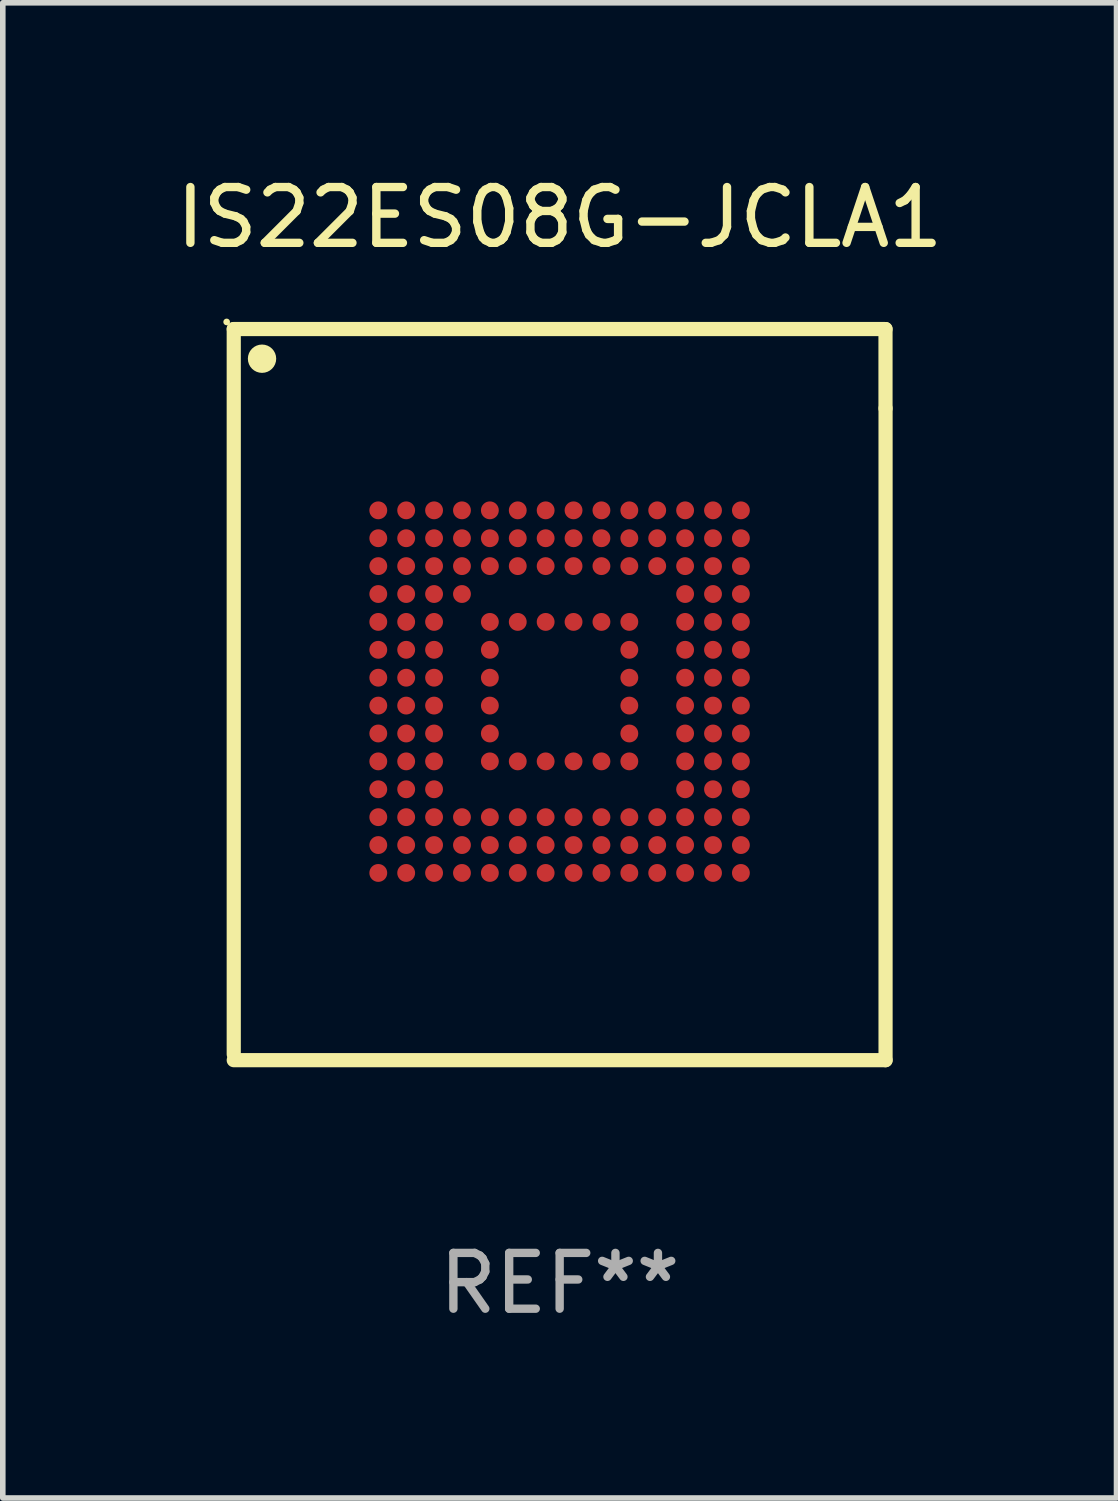
<source format=kicad_pcb>
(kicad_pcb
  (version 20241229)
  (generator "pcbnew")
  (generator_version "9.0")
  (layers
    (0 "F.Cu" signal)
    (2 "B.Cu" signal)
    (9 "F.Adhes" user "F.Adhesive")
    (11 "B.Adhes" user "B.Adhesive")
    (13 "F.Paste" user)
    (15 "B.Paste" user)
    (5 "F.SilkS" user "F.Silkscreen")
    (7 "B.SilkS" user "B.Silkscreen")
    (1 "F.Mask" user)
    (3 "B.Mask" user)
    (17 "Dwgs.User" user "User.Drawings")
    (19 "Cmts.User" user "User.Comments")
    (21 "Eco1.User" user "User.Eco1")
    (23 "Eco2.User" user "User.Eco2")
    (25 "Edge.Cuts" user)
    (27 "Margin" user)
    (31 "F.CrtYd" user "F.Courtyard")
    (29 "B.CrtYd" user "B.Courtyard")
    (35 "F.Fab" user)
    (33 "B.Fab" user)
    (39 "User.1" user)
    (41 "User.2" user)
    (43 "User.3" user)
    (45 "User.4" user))
  (footprint "IS22ES08G-JCLA1"
    (layer "F.Cu")
    (at 6.982 9.401)
    (property "Reference" "IS22ES08G-JCLA1" (at 0 -8.553 0) (layer "F.SilkS") (effects (font (size 1 1) (thickness 0.15))))
    (attr through_hole)
    (fp_line (start -5.842 -6.553) (end 5.841 -6.553) (stroke (width 0.254) (type solid)) (layer "F.SilkS"))
    (fp_line (start -5.842 6.447) (end -5.842 -6.553) (stroke (width 0.254) (type solid)) (layer "F.SilkS"))
    (fp_line (start -5.842 6.553) (end 5.842 6.553) (stroke (width 0.254) (type solid)) (layer "F.SilkS"))
    (fp_line (start 5.841 -6.553) (end 5.841 -5.131) (stroke (width 0.254) (type solid)) (layer "F.SilkS"))
    (fp_line (start 5.842 6.553) (end 5.842 -5.131) (stroke (width 0.254) (type solid)) (layer "F.SilkS"))
    (fp_circle (center -5.969 -6.68) (end -5.939 -6.68) (stroke (width 0.06) (type solid)) (fill no) (layer "F.SilkS"))
    (fp_circle (center -5.335 -6.021) (end -5.208 -6.021) (stroke (width 0.254) (type solid)) (fill no) (layer "F.SilkS"))
    (fp_text user "REF**" (at 0 10.553 0) (layer "F.Fab") (effects (font (size 1 1) (thickness 0.15))))
    (pad "A1" smd circle (at -3.251 -3.303) (size 0.32 0.32) (layers "F.Cu" "F.Mask" "F.Paste"))
    (pad "A2" smd circle (at -2.751 -3.303) (size 0.32 0.32) (layers "F.Cu" "F.Mask" "F.Paste"))
    (pad "A3" smd circle (at -2.251 -3.303) (size 0.32 0.32) (layers "F.Cu" "F.Mask" "F.Paste"))
    (pad "A4" smd circle (at -1.751 -3.303) (size 0.32 0.32) (layers "F.Cu" "F.Mask" "F.Paste"))
    (pad "A5" smd circle (at -1.251 -3.303) (size 0.32 0.32) (layers "F.Cu" "F.Mask" "F.Paste"))
    (pad "A6" smd circle (at -0.751 -3.303) (size 0.32 0.32) (layers "F.Cu" "F.Mask" "F.Paste"))
    (pad "A7" smd circle (at -0.251 -3.303) (size 0.32 0.32) (layers "F.Cu" "F.Mask" "F.Paste"))
    (pad "A8" smd circle (at 0.249 -3.303) (size 0.32 0.32) (layers "F.Cu" "F.Mask" "F.Paste"))
    (pad "A9" smd circle (at 0.749 -3.303) (size 0.32 0.32) (layers "F.Cu" "F.Mask" "F.Paste"))
    (pad "A10" smd circle (at 1.249 -3.303) (size 0.32 0.32) (layers "F.Cu" "F.Mask" "F.Paste"))
    (pad "A11" smd circle (at 1.749 -3.303) (size 0.32 0.32) (layers "F.Cu" "F.Mask" "F.Paste"))
    (pad "A12" smd circle (at 2.249 -3.303) (size 0.32 0.32) (layers "F.Cu" "F.Mask" "F.Paste"))
    (pad "A13" smd circle (at 2.749 -3.303) (size 0.32 0.32) (layers "F.Cu" "F.Mask" "F.Paste"))
    (pad "A14" smd circle (at 3.249 -3.303) (size 0.32 0.32) (layers "F.Cu" "F.Mask" "F.Paste"))
    (pad "B1" smd circle (at -3.251 -2.803) (size 0.32 0.32) (layers "F.Cu" "F.Mask" "F.Paste"))
    (pad "B2" smd circle (at -2.751 -2.803) (size 0.32 0.32) (layers "F.Cu" "F.Mask" "F.Paste"))
    (pad "B3" smd circle (at -2.251 -2.803) (size 0.32 0.32) (layers "F.Cu" "F.Mask" "F.Paste"))
    (pad "B4" smd circle (at -1.751 -2.803) (size 0.32 0.32) (layers "F.Cu" "F.Mask" "F.Paste"))
    (pad "B5" smd circle (at -1.251 -2.803) (size 0.32 0.32) (layers "F.Cu" "F.Mask" "F.Paste"))
    (pad "B6" smd circle (at -0.751 -2.803) (size 0.32 0.32) (layers "F.Cu" "F.Mask" "F.Paste"))
    (pad "B7" smd circle (at -0.251 -2.803) (size 0.32 0.32) (layers "F.Cu" "F.Mask" "F.Paste"))
    (pad "B8" smd circle (at 0.249 -2.803) (size 0.32 0.32) (layers "F.Cu" "F.Mask" "F.Paste"))
    (pad "B9" smd circle (at 0.749 -2.803) (size 0.32 0.32) (layers "F.Cu" "F.Mask" "F.Paste"))
    (pad "B10" smd circle (at 1.249 -2.803) (size 0.32 0.32) (layers "F.Cu" "F.Mask" "F.Paste"))
    (pad "B11" smd circle (at 1.749 -2.803) (size 0.32 0.32) (layers "F.Cu" "F.Mask" "F.Paste"))
    (pad "B12" smd circle (at 2.249 -2.803) (size 0.32 0.32) (layers "F.Cu" "F.Mask" "F.Paste"))
    (pad "B13" smd circle (at 2.749 -2.803) (size 0.32 0.32) (layers "F.Cu" "F.Mask" "F.Paste"))
    (pad "B14" smd circle (at 3.249 -2.803) (size 0.32 0.32) (layers "F.Cu" "F.Mask" "F.Paste"))
    (pad "C1" smd circle (at -3.251 -2.303) (size 0.32 0.32) (layers "F.Cu" "F.Mask" "F.Paste"))
    (pad "C2" smd circle (at -2.751 -2.303) (size 0.32 0.32) (layers "F.Cu" "F.Mask" "F.Paste"))
    (pad "C3" smd circle (at -2.251 -2.303) (size 0.32 0.32) (layers "F.Cu" "F.Mask" "F.Paste"))
    (pad "C4" smd circle (at -1.751 -2.303) (size 0.32 0.32) (layers "F.Cu" "F.Mask" "F.Paste"))
    (pad "C5" smd circle (at -1.251 -2.303) (size 0.32 0.32) (layers "F.Cu" "F.Mask" "F.Paste"))
    (pad "C6" smd circle (at -0.751 -2.303) (size 0.32 0.32) (layers "F.Cu" "F.Mask" "F.Paste"))
    (pad "C7" smd circle (at -0.251 -2.303) (size 0.32 0.32) (layers "F.Cu" "F.Mask" "F.Paste"))
    (pad "C8" smd circle (at 0.249 -2.303) (size 0.32 0.32) (layers "F.Cu" "F.Mask" "F.Paste"))
    (pad "C9" smd circle (at 0.749 -2.303) (size 0.32 0.32) (layers "F.Cu" "F.Mask" "F.Paste"))
    (pad "C10" smd circle (at 1.249 -2.303) (size 0.32 0.32) (layers "F.Cu" "F.Mask" "F.Paste"))
    (pad "C11" smd circle (at 1.749 -2.303) (size 0.32 0.32) (layers "F.Cu" "F.Mask" "F.Paste"))
    (pad "C12" smd circle (at 2.249 -2.303) (size 0.32 0.32) (layers "F.Cu" "F.Mask" "F.Paste"))
    (pad "C13" smd circle (at 2.749 -2.303) (size 0.32 0.32) (layers "F.Cu" "F.Mask" "F.Paste"))
    (pad "C14" smd circle (at 3.249 -2.303) (size 0.32 0.32) (layers "F.Cu" "F.Mask" "F.Paste"))
    (pad "D1" smd circle (at -3.251 -1.803) (size 0.32 0.32) (layers "F.Cu" "F.Mask" "F.Paste"))
    (pad "D2" smd circle (at -2.751 -1.803) (size 0.32 0.32) (layers "F.Cu" "F.Mask" "F.Paste"))
    (pad "D3" smd circle (at -2.251 -1.803) (size 0.32 0.32) (layers "F.Cu" "F.Mask" "F.Paste"))
    (pad "D4" smd circle (at -1.751 -1.803) (size 0.32 0.32) (layers "F.Cu" "F.Mask" "F.Paste"))
    (pad "D12" smd circle (at 2.249 -1.803) (size 0.32 0.32) (layers "F.Cu" "F.Mask" "F.Paste"))
    (pad "D13" smd circle (at 2.749 -1.803) (size 0.32 0.32) (layers "F.Cu" "F.Mask" "F.Paste"))
    (pad "D14" smd circle (at 3.249 -1.803) (size 0.32 0.32) (layers "F.Cu" "F.Mask" "F.Paste"))
    (pad "E1" smd circle (at -3.251 -1.303) (size 0.32 0.32) (layers "F.Cu" "F.Mask" "F.Paste"))
    (pad "E2" smd circle (at -2.751 -1.303) (size 0.32 0.32) (layers "F.Cu" "F.Mask" "F.Paste"))
    (pad "E3" smd circle (at -2.251 -1.303) (size 0.32 0.32) (layers "F.Cu" "F.Mask" "F.Paste"))
    (pad "E5" smd circle (at -1.251 -1.303) (size 0.32 0.32) (layers "F.Cu" "F.Mask" "F.Paste"))
    (pad "E6" smd circle (at -0.751 -1.303) (size 0.32 0.32) (layers "F.Cu" "F.Mask" "F.Paste"))
    (pad "E7" smd circle (at -0.251 -1.303) (size 0.32 0.32) (layers "F.Cu" "F.Mask" "F.Paste"))
    (pad "E8" smd circle (at 0.249 -1.303) (size 0.32 0.32) (layers "F.Cu" "F.Mask" "F.Paste"))
    (pad "E9" smd circle (at 0.749 -1.303) (size 0.32 0.32) (layers "F.Cu" "F.Mask" "F.Paste"))
    (pad "E10" smd circle (at 1.249 -1.303) (size 0.32 0.32) (layers "F.Cu" "F.Mask" "F.Paste"))
    (pad "E12" smd circle (at 2.249 -1.303) (size 0.32 0.32) (layers "F.Cu" "F.Mask" "F.Paste"))
    (pad "E13" smd circle (at 2.749 -1.303) (size 0.32 0.32) (layers "F.Cu" "F.Mask" "F.Paste"))
    (pad "E14" smd circle (at 3.249 -1.303) (size 0.32 0.32) (layers "F.Cu" "F.Mask" "F.Paste"))
    (pad "F1" smd circle (at -3.251 -0.803) (size 0.32 0.32) (layers "F.Cu" "F.Mask" "F.Paste"))
    (pad "F2" smd circle (at -2.751 -0.803) (size 0.32 0.32) (layers "F.Cu" "F.Mask" "F.Paste"))
    (pad "F3" smd circle (at -2.251 -0.803) (size 0.32 0.32) (layers "F.Cu" "F.Mask" "F.Paste"))
    (pad "F5" smd circle (at -1.251 -0.803) (size 0.32 0.32) (layers "F.Cu" "F.Mask" "F.Paste"))
    (pad "F10" smd circle (at 1.249 -0.803) (size 0.32 0.32) (layers "F.Cu" "F.Mask" "F.Paste"))
    (pad "F12" smd circle (at 2.249 -0.803) (size 0.32 0.32) (layers "F.Cu" "F.Mask" "F.Paste"))
    (pad "F13" smd circle (at 2.749 -0.803) (size 0.32 0.32) (layers "F.Cu" "F.Mask" "F.Paste"))
    (pad "F14" smd circle (at 3.249 -0.803) (size 0.32 0.32) (layers "F.Cu" "F.Mask" "F.Paste"))
    (pad "G1" smd circle (at -3.251 -0.303) (size 0.32 0.32) (layers "F.Cu" "F.Mask" "F.Paste"))
    (pad "G2" smd circle (at -2.751 -0.303) (size 0.32 0.32) (layers "F.Cu" "F.Mask" "F.Paste"))
    (pad "G3" smd circle (at -2.251 -0.303) (size 0.32 0.32) (layers "F.Cu" "F.Mask" "F.Paste"))
    (pad "G5" smd circle (at -1.251 -0.303) (size 0.32 0.32) (layers "F.Cu" "F.Mask" "F.Paste"))
    (pad "G10" smd circle (at 1.249 -0.303) (size 0.32 0.32) (layers "F.Cu" "F.Mask" "F.Paste"))
    (pad "G12" smd circle (at 2.249 -0.303) (size 0.32 0.32) (layers "F.Cu" "F.Mask" "F.Paste"))
    (pad "G13" smd circle (at 2.749 -0.303) (size 0.32 0.32) (layers "F.Cu" "F.Mask" "F.Paste"))
    (pad "G14" smd circle (at 3.249 -0.303) (size 0.32 0.32) (layers "F.Cu" "F.Mask" "F.Paste"))
    (pad "H1" smd circle (at -3.251 0.197) (size 0.32 0.32) (layers "F.Cu" "F.Mask" "F.Paste"))
    (pad "H2" smd circle (at -2.751 0.197) (size 0.32 0.32) (layers "F.Cu" "F.Mask" "F.Paste"))
    (pad "H3" smd circle (at -2.251 0.197) (size 0.32 0.32) (layers "F.Cu" "F.Mask" "F.Paste"))
    (pad "H5" smd circle (at -1.251 0.197) (size 0.32 0.32) (layers "F.Cu" "F.Mask" "F.Paste"))
    (pad "H10" smd circle (at 1.249 0.197) (size 0.32 0.32) (layers "F.Cu" "F.Mask" "F.Paste"))
    (pad "H12" smd circle (at 2.249 0.197) (size 0.32 0.32) (layers "F.Cu" "F.Mask" "F.Paste"))
    (pad "H13" smd circle (at 2.749 0.197) (size 0.32 0.32) (layers "F.Cu" "F.Mask" "F.Paste"))
    (pad "H14" smd circle (at 3.249 0.197) (size 0.32 0.32) (layers "F.Cu" "F.Mask" "F.Paste"))
    (pad "J1" smd circle (at -3.251 0.697) (size 0.32 0.32) (layers "F.Cu" "F.Mask" "F.Paste"))
    (pad "J2" smd circle (at -2.751 0.697) (size 0.32 0.32) (layers "F.Cu" "F.Mask" "F.Paste"))
    (pad "J3" smd circle (at -2.251 0.697) (size 0.32 0.32) (layers "F.Cu" "F.Mask" "F.Paste"))
    (pad "J5" smd circle (at -1.251 0.697) (size 0.32 0.32) (layers "F.Cu" "F.Mask" "F.Paste"))
    (pad "J10" smd circle (at 1.249 0.697) (size 0.32 0.32) (layers "F.Cu" "F.Mask" "F.Paste"))
    (pad "J12" smd circle (at 2.249 0.697) (size 0.32 0.32) (layers "F.Cu" "F.Mask" "F.Paste"))
    (pad "J13" smd circle (at 2.749 0.697) (size 0.32 0.32) (layers "F.Cu" "F.Mask" "F.Paste"))
    (pad "J14" smd circle (at 3.249 0.697) (size 0.32 0.32) (layers "F.Cu" "F.Mask" "F.Paste"))
    (pad "K1" smd circle (at -3.251 1.197) (size 0.32 0.32) (layers "F.Cu" "F.Mask" "F.Paste"))
    (pad "K2" smd circle (at -2.751 1.197) (size 0.32 0.32) (layers "F.Cu" "F.Mask" "F.Paste"))
    (pad "K3" smd circle (at -2.251 1.197) (size 0.32 0.32) (layers "F.Cu" "F.Mask" "F.Paste"))
    (pad "K5" smd circle (at -1.251 1.197) (size 0.32 0.32) (layers "F.Cu" "F.Mask" "F.Paste"))
    (pad "K6" smd circle (at -0.751 1.197) (size 0.32 0.32) (layers "F.Cu" "F.Mask" "F.Paste"))
    (pad "K7" smd circle (at -0.251 1.197) (size 0.32 0.32) (layers "F.Cu" "F.Mask" "F.Paste"))
    (pad "K8" smd circle (at 0.249 1.197) (size 0.32 0.32) (layers "F.Cu" "F.Mask" "F.Paste"))
    (pad "K9" smd circle (at 0.749 1.197) (size 0.32 0.32) (layers "F.Cu" "F.Mask" "F.Paste"))
    (pad "K10" smd circle (at 1.249 1.197) (size 0.32 0.32) (layers "F.Cu" "F.Mask" "F.Paste"))
    (pad "K12" smd circle (at 2.249 1.197) (size 0.32 0.32) (layers "F.Cu" "F.Mask" "F.Paste"))
    (pad "K13" smd circle (at 2.749 1.197) (size 0.32 0.32) (layers "F.Cu" "F.Mask" "F.Paste"))
    (pad "K14" smd circle (at 3.249 1.197) (size 0.32 0.32) (layers "F.Cu" "F.Mask" "F.Paste"))
    (pad "L1" smd circle (at -3.251 1.697) (size 0.32 0.32) (layers "F.Cu" "F.Mask" "F.Paste"))
    (pad "L2" smd circle (at -2.751 1.697) (size 0.32 0.32) (layers "F.Cu" "F.Mask" "F.Paste"))
    (pad "L3" smd circle (at -2.251 1.697) (size 0.32 0.32) (layers "F.Cu" "F.Mask" "F.Paste"))
    (pad "L12" smd circle (at 2.249 1.697) (size 0.32 0.32) (layers "F.Cu" "F.Mask" "F.Paste"))
    (pad "L13" smd circle (at 2.749 1.697) (size 0.32 0.32) (layers "F.Cu" "F.Mask" "F.Paste"))
    (pad "L14" smd circle (at 3.249 1.697) (size 0.32 0.32) (layers "F.Cu" "F.Mask" "F.Paste"))
    (pad "M1" smd circle (at -3.251 2.197) (size 0.32 0.32) (layers "F.Cu" "F.Mask" "F.Paste"))
    (pad "M2" smd circle (at -2.751 2.197) (size 0.32 0.32) (layers "F.Cu" "F.Mask" "F.Paste"))
    (pad "M3" smd circle (at -2.251 2.197) (size 0.32 0.32) (layers "F.Cu" "F.Mask" "F.Paste"))
    (pad "M4" smd circle (at -1.751 2.197) (size 0.32 0.32) (layers "F.Cu" "F.Mask" "F.Paste"))
    (pad "M5" smd circle (at -1.251 2.197) (size 0.32 0.32) (layers "F.Cu" "F.Mask" "F.Paste"))
    (pad "M6" smd circle (at -0.751 2.197) (size 0.32 0.32) (layers "F.Cu" "F.Mask" "F.Paste"))
    (pad "M7" smd circle (at -0.251 2.197) (size 0.32 0.32) (layers "F.Cu" "F.Mask" "F.Paste"))
    (pad "M8" smd circle (at 0.249 2.197) (size 0.32 0.32) (layers "F.Cu" "F.Mask" "F.Paste"))
    (pad "M9" smd circle (at 0.749 2.197) (size 0.32 0.32) (layers "F.Cu" "F.Mask" "F.Paste"))
    (pad "M10" smd circle (at 1.249 2.197) (size 0.32 0.32) (layers "F.Cu" "F.Mask" "F.Paste"))
    (pad "M11" smd circle (at 1.749 2.197) (size 0.32 0.32) (layers "F.Cu" "F.Mask" "F.Paste"))
    (pad "M12" smd circle (at 2.249 2.197) (size 0.32 0.32) (layers "F.Cu" "F.Mask" "F.Paste"))
    (pad "M13" smd circle (at 2.749 2.197) (size 0.32 0.32) (layers "F.Cu" "F.Mask" "F.Paste"))
    (pad "M14" smd circle (at 3.249 2.197) (size 0.32 0.32) (layers "F.Cu" "F.Mask" "F.Paste"))
    (pad "N1" smd circle (at -3.251 2.697) (size 0.32 0.32) (layers "F.Cu" "F.Mask" "F.Paste"))
    (pad "N2" smd circle (at -2.751 2.697) (size 0.32 0.32) (layers "F.Cu" "F.Mask" "F.Paste"))
    (pad "N3" smd circle (at -2.251 2.697) (size 0.32 0.32) (layers "F.Cu" "F.Mask" "F.Paste"))
    (pad "N4" smd circle (at -1.751 2.697) (size 0.32 0.32) (layers "F.Cu" "F.Mask" "F.Paste"))
    (pad "N5" smd circle (at -1.251 2.697) (size 0.32 0.32) (layers "F.Cu" "F.Mask" "F.Paste"))
    (pad "N6" smd circle (at -0.751 2.697) (size 0.32 0.32) (layers "F.Cu" "F.Mask" "F.Paste"))
    (pad "N7" smd circle (at -0.251 2.697) (size 0.32 0.32) (layers "F.Cu" "F.Mask" "F.Paste"))
    (pad "N8" smd circle (at 0.249 2.697) (size 0.32 0.32) (layers "F.Cu" "F.Mask" "F.Paste"))
    (pad "N9" smd circle (at 0.749 2.697) (size 0.32 0.32) (layers "F.Cu" "F.Mask" "F.Paste"))
    (pad "N10" smd circle (at 1.249 2.697) (size 0.32 0.32) (layers "F.Cu" "F.Mask" "F.Paste"))
    (pad "N11" smd circle (at 1.749 2.697) (size 0.32 0.32) (layers "F.Cu" "F.Mask" "F.Paste"))
    (pad "N12" smd circle (at 2.249 2.697) (size 0.32 0.32) (layers "F.Cu" "F.Mask" "F.Paste"))
    (pad "N13" smd circle (at 2.749 2.697) (size 0.32 0.32) (layers "F.Cu" "F.Mask" "F.Paste"))
    (pad "N14" smd circle (at 3.249 2.697) (size 0.32 0.32) (layers "F.Cu" "F.Mask" "F.Paste"))
    (pad "P1" smd circle (at -3.251 3.197) (size 0.32 0.32) (layers "F.Cu" "F.Mask" "F.Paste"))
    (pad "P2" smd circle (at -2.751 3.197) (size 0.32 0.32) (layers "F.Cu" "F.Mask" "F.Paste"))
    (pad "P3" smd circle (at -2.251 3.197) (size 0.32 0.32) (layers "F.Cu" "F.Mask" "F.Paste"))
    (pad "P4" smd circle (at -1.751 3.197) (size 0.32 0.32) (layers "F.Cu" "F.Mask" "F.Paste"))
    (pad "P5" smd circle (at -1.251 3.197) (size 0.32 0.32) (layers "F.Cu" "F.Mask" "F.Paste"))
    (pad "P6" smd circle (at -0.751 3.197) (size 0.32 0.32) (layers "F.Cu" "F.Mask" "F.Paste"))
    (pad "P7" smd circle (at -0.251 3.197) (size 0.32 0.32) (layers "F.Cu" "F.Mask" "F.Paste"))
    (pad "P8" smd circle (at 0.249 3.197) (size 0.32 0.32) (layers "F.Cu" "F.Mask" "F.Paste"))
    (pad "P9" smd circle (at 0.749 3.197) (size 0.32 0.32) (layers "F.Cu" "F.Mask" "F.Paste"))
    (pad "P10" smd circle (at 1.249 3.197) (size 0.32 0.32) (layers "F.Cu" "F.Mask" "F.Paste"))
    (pad "P11" smd circle (at 1.749 3.197) (size 0.32 0.32) (layers "F.Cu" "F.Mask" "F.Paste"))
    (pad "P12" smd circle (at 2.249 3.197) (size 0.32 0.32) (layers "F.Cu" "F.Mask" "F.Paste"))
    (pad "P13" smd circle (at 2.749 3.197) (size 0.32 0.32) (layers "F.Cu" "F.Mask" "F.Paste"))
    (pad "P14" smd circle (at 3.249 3.197) (size 0.32 0.32) (layers "F.Cu" "F.Mask" "F.Paste")))
  (gr_rect
    (start -3 -3)
    (end 16.964 23.802)
    (stroke (width 0.1) (type default))
    (fill no)
    (layer "Edge.Cuts")))
</source>
